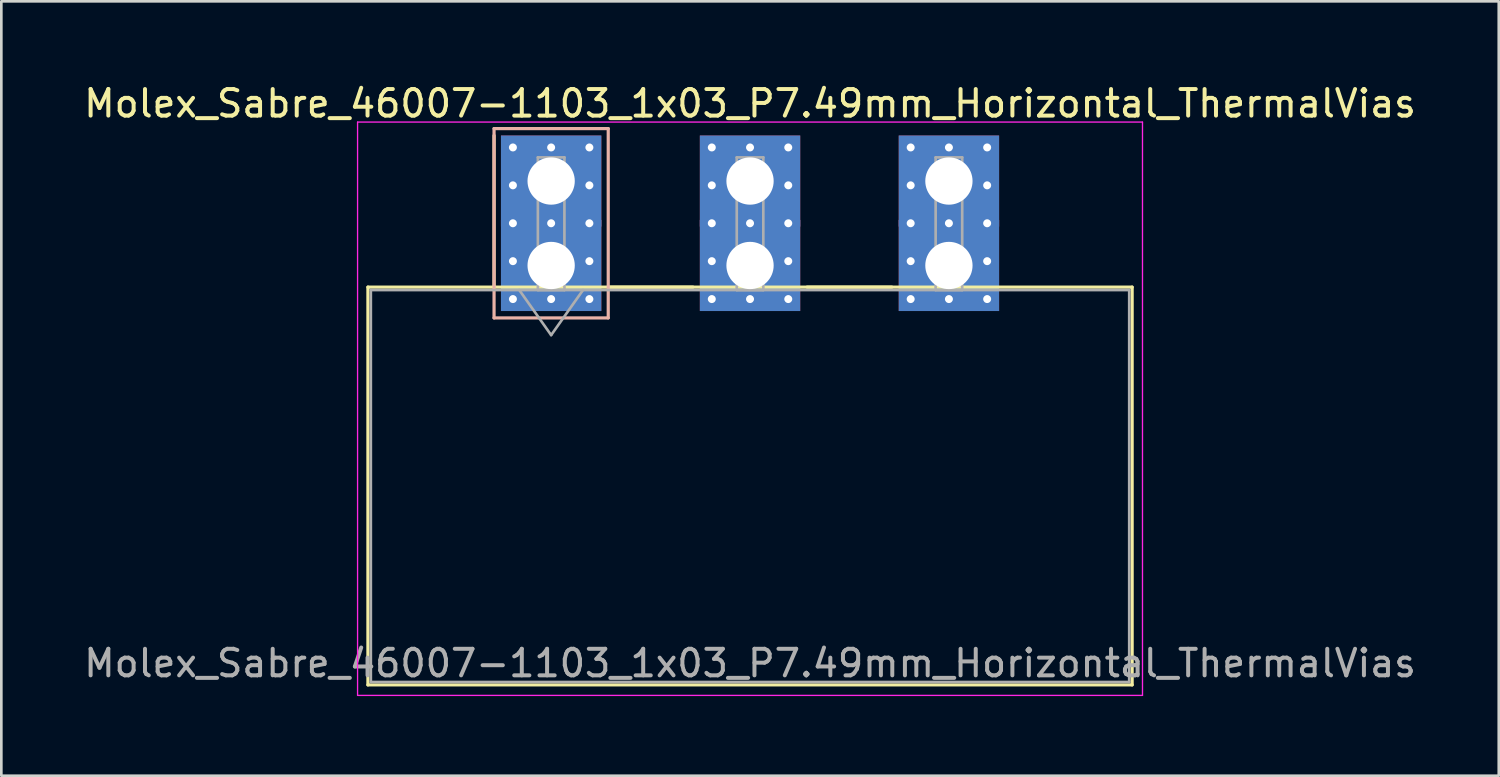
<source format=kicad_pcb>
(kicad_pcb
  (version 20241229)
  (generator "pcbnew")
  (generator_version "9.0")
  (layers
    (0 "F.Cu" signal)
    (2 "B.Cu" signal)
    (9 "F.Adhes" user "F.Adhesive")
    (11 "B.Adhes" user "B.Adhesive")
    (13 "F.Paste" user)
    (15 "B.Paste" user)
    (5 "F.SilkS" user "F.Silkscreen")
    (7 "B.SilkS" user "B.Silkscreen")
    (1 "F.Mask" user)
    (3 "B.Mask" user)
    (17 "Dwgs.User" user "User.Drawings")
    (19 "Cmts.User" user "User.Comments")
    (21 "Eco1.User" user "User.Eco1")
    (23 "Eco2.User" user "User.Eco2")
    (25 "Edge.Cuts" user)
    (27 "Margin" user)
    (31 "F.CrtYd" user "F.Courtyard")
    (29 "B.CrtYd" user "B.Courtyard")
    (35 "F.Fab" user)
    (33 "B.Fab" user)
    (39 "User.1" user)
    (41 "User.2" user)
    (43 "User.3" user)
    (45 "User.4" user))
  (footprint "Molex_Sabre_46007-1103_1x03_P7.49mm_Horizontal_ThermalVias"
    (layer "F.Cu")
    (at 17.706 6.948)
    (property "Reference" "Molex_Sabre_46007-1103_1x03_P7.49mm_Horizontal_ThermalVias" (at 7.49 -6.1 0) (layer "F.SilkS") (effects (font (size 1 1) (thickness 0.15))))
    (attr through_hole)
    (fp_line (start -6.9 0.815) (end -6.9 15.795) (stroke (width 0.12) (type solid)) (layer "F.SilkS"))
    (fp_line (start -6.9 15.795) (end 21.88 15.795) (stroke (width 0.12) (type solid)) (layer "F.SilkS"))
    (fp_line (start -2.15 0.815) (end -2.15 -4.895) (stroke (width 0.12) (type solid)) (layer "F.SilkS"))
    (fp_line (start 2.15 0.815) (end 5.34 0.815) (stroke (width 0.12) (type solid)) (layer "F.SilkS"))
    (fp_line (start 9.64 0.815) (end 12.83 0.815) (stroke (width 0.12) (type solid)) (layer "F.SilkS"))
    (fp_line (start 21.88 0.815) (end -6.9 0.815) (stroke (width 0.12) (type solid)) (layer "F.SilkS"))
    (fp_line (start 21.88 15.795) (end 21.88 0.815) (stroke (width 0.12) (type solid)) (layer "F.SilkS"))
    (fp_line (start -2.15 -5.155) (end -2.15 1.975) (stroke (width 0.12) (type solid)) (layer "B.SilkS"))
    (fp_line (start -2.15 1.975) (end 2.15 1.975) (stroke (width 0.12) (type solid)) (layer "B.SilkS"))
    (fp_line (start 2.15 -5.155) (end -2.15 -5.155) (stroke (width 0.12) (type solid)) (layer "B.SilkS"))
    (fp_line (start 2.15 1.975) (end 2.15 -5.155) (stroke (width 0.12) (type solid)) (layer "B.SilkS"))
    (fp_line (start -7.29 -5.4) (end -7.29 16.19) (stroke (width 0.05) (type solid)) (layer "F.CrtYd"))
    (fp_line (start -7.29 16.19) (end 22.27 16.19) (stroke (width 0.05) (type solid)) (layer "F.CrtYd"))
    (fp_line (start 22.27 -5.4) (end -7.29 -5.4) (stroke (width 0.05) (type solid)) (layer "F.CrtYd"))
    (fp_line (start 22.27 16.19) (end 22.27 -5.4) (stroke (width 0.05) (type solid)) (layer "F.CrtYd"))
    (fp_line (start -6.79 0.925) (end -6.79 15.685) (stroke (width 0.1) (type solid)) (layer "F.Fab"))
    (fp_line (start -6.79 15.685) (end 21.77 15.685) (stroke (width 0.1) (type solid)) (layer "F.Fab"))
    (fp_line (start -1.2 0.925) (end 0 2.622) (stroke (width 0.1) (type solid)) (layer "F.Fab"))
    (fp_line (start -0.5 -4.07) (end 0.5 -4.07) (stroke (width 0.1) (type solid)) (layer "F.Fab"))
    (fp_line (start -0.5 0.925) (end -0.5 -4.07) (stroke (width 0.1) (type solid)) (layer "F.Fab"))
    (fp_line (start 0 2.622) (end 1.2 0.925) (stroke (width 0.1) (type solid)) (layer "F.Fab"))
    (fp_line (start 0.5 -4.07) (end 0.5 0.925) (stroke (width 0.1) (type solid)) (layer "F.Fab"))
    (fp_line (start 0.5 0.925) (end -0.5 0.925) (stroke (width 0.1) (type solid)) (layer "F.Fab"))
    (fp_line (start 6.99 -4.07) (end 7.99 -4.07) (stroke (width 0.1) (type solid)) (layer "F.Fab"))
    (fp_line (start 6.99 0.925) (end 6.99 -4.07) (stroke (width 0.1) (type solid)) (layer "F.Fab"))
    (fp_line (start 7.99 -4.07) (end 7.99 0.925) (stroke (width 0.1) (type solid)) (layer "F.Fab"))
    (fp_line (start 7.99 0.925) (end 6.99 0.925) (stroke (width 0.1) (type solid)) (layer "F.Fab"))
    (fp_line (start 14.48 -4.07) (end 15.48 -4.07) (stroke (width 0.1) (type solid)) (layer "F.Fab"))
    (fp_line (start 14.48 0.925) (end 14.48 -4.07) (stroke (width 0.1) (type solid)) (layer "F.Fab"))
    (fp_line (start 15.48 -4.07) (end 15.48 0.925) (stroke (width 0.1) (type solid)) (layer "F.Fab"))
    (fp_line (start 15.48 0.925) (end 14.48 0.925) (stroke (width 0.1) (type solid)) (layer "F.Fab"))
    (fp_line (start 21.77 0.925) (end -6.79 0.925) (stroke (width 0.1) (type solid)) (layer "F.Fab"))
    (fp_line (start 21.77 15.685) (end 21.77 0.925) (stroke (width 0.1) (type solid)) (layer "F.Fab"))
    (fp_text user "${REFERENCE}" (at 7.49 14.98 0) (layer "F.Fab") (effects (font (size 1 1) (thickness 0.15))))
    (pad "1" thru_hole rect (at -1.44 -4.445) (size 0.6 0.6) (drill 0.3) (layers "*.Cu" "*.Mask"))
    (pad "1" thru_hole rect (at -1.44 -3.018) (size 0.6 0.6) (drill 0.3) (layers "*.Cu" "*.Mask"))
    (pad "1" thru_hole rect (at -1.44 -1.59) (size 0.6 0.6) (drill 0.3) (layers "*.Cu" "*.Mask"))
    (pad "1" thru_hole rect (at -1.44 -0.163) (size 0.6 0.6) (drill 0.3) (layers "*.Cu" "*.Mask"))
    (pad "1" thru_hole rect (at -1.44 1.265) (size 0.6 0.6) (drill 0.3) (layers "*.Cu" "*.Mask"))
    (pad "1" thru_hole rect (at 0 -4.445) (size 0.6 0.6) (drill 0.3) (layers "*.Cu" "*.Mask"))
    (pad "1" thru_hole rect (at 0 -3.18) (size 3.78 3.43) (drill 1.78) (layers "*.Cu" "*.Mask"))
    (pad "1" thru_hole rect (at 0 -1.59) (size 0.6 0.6) (drill 0.3) (layers "*.Cu" "*.Mask"))
    (pad "1" thru_hole rect (at 0 0) (size 3.78 3.43) (drill 1.78) (layers "*.Cu" "*.Mask"))
    (pad "1" thru_hole rect (at 0 1.265) (size 0.6 0.6) (drill 0.3) (layers "*.Cu" "*.Mask"))
    (pad "1" thru_hole rect (at 1.44 -4.445) (size 0.6 0.6) (drill 0.3) (layers "*.Cu" "*.Mask"))
    (pad "1" thru_hole rect (at 1.44 -3.018) (size 0.6 0.6) (drill 0.3) (layers "*.Cu" "*.Mask"))
    (pad "1" thru_hole rect (at 1.44 -1.59) (size 0.6 0.6) (drill 0.3) (layers "*.Cu" "*.Mask"))
    (pad "1" thru_hole rect (at 1.44 -0.163) (size 0.6 0.6) (drill 0.3) (layers "*.Cu" "*.Mask"))
    (pad "1" thru_hole rect (at 1.44 1.265) (size 0.6 0.6) (drill 0.3) (layers "*.Cu" "*.Mask"))
    (pad "2" thru_hole circle (at 6.05 -4.445) (size 0.6 0.6) (drill 0.3) (layers "*.Cu" "*.Mask"))
    (pad "2" thru_hole circle (at 6.05 -3.018) (size 0.6 0.6) (drill 0.3) (layers "*.Cu" "*.Mask"))
    (pad "2" thru_hole circle (at 6.05 -1.59) (size 0.6 0.6) (drill 0.3) (layers "*.Cu" "*.Mask"))
    (pad "2" thru_hole circle (at 6.05 -0.163) (size 0.6 0.6) (drill 0.3) (layers "*.Cu" "*.Mask"))
    (pad "2" thru_hole circle (at 6.05 1.265) (size 0.6 0.6) (drill 0.3) (layers "*.Cu" "*.Mask"))
    (pad "2" thru_hole circle (at 7.49 -4.445) (size 0.6 0.6) (drill 0.3) (layers "*.Cu" "*.Mask"))
    (pad "2" thru_hole rect (at 7.49 -3.18) (size 3.78 3.43) (drill 1.78) (layers "*.Cu" "*.Mask"))
    (pad "2" thru_hole circle (at 7.49 -1.59) (size 0.6 0.6) (drill 0.3) (layers "*.Cu" "*.Mask"))
    (pad "2" thru_hole rect (at 7.49 0) (size 3.78 3.43) (drill 1.78) (layers "*.Cu" "*.Mask"))
    (pad "2" thru_hole circle (at 7.49 1.265) (size 0.6 0.6) (drill 0.3) (layers "*.Cu" "*.Mask"))
    (pad "2" thru_hole circle (at 8.93 -4.445) (size 0.6 0.6) (drill 0.3) (layers "*.Cu" "*.Mask"))
    (pad "2" thru_hole circle (at 8.93 -3.018) (size 0.6 0.6) (drill 0.3) (layers "*.Cu" "*.Mask"))
    (pad "2" thru_hole circle (at 8.93 -1.59) (size 0.6 0.6) (drill 0.3) (layers "*.Cu" "*.Mask"))
    (pad "2" thru_hole circle (at 8.93 -0.163) (size 0.6 0.6) (drill 0.3) (layers "*.Cu" "*.Mask"))
    (pad "2" thru_hole circle (at 8.93 1.265) (size 0.6 0.6) (drill 0.3) (layers "*.Cu" "*.Mask"))
    (pad "3" thru_hole circle (at 13.54 -4.445) (size 0.6 0.6) (drill 0.3) (layers "*.Cu" "*.Mask"))
    (pad "3" thru_hole circle (at 13.54 -3.018) (size 0.6 0.6) (drill 0.3) (layers "*.Cu" "*.Mask"))
    (pad "3" thru_hole circle (at 13.54 -1.59) (size 0.6 0.6) (drill 0.3) (layers "*.Cu" "*.Mask"))
    (pad "3" thru_hole circle (at 13.54 -0.163) (size 0.6 0.6) (drill 0.3) (layers "*.Cu" "*.Mask"))
    (pad "3" thru_hole circle (at 13.54 1.265) (size 0.6 0.6) (drill 0.3) (layers "*.Cu" "*.Mask"))
    (pad "3" thru_hole circle (at 14.98 -4.445) (size 0.6 0.6) (drill 0.3) (layers "*.Cu" "*.Mask"))
    (pad "3" thru_hole rect (at 14.98 -3.18) (size 3.78 3.43) (drill 1.78) (layers "*.Cu" "*.Mask"))
    (pad "3" thru_hole circle (at 14.98 -1.59) (size 0.6 0.6) (drill 0.3) (layers "*.Cu" "*.Mask"))
    (pad "3" thru_hole rect (at 14.98 0) (size 3.78 3.43) (drill 1.78) (layers "*.Cu" "*.Mask"))
    (pad "3" thru_hole circle (at 14.98 1.265) (size 0.6 0.6) (drill 0.3) (layers "*.Cu" "*.Mask"))
    (pad "3" thru_hole circle (at 16.42 -4.445) (size 0.6 0.6) (drill 0.3) (layers "*.Cu" "*.Mask"))
    (pad "3" thru_hole circle (at 16.42 -3.018) (size 0.6 0.6) (drill 0.3) (layers "*.Cu" "*.Mask"))
    (pad "3" thru_hole circle (at 16.42 -1.59) (size 0.6 0.6) (drill 0.3) (layers "*.Cu" "*.Mask"))
    (pad "3" thru_hole circle (at 16.42 -0.163) (size 0.6 0.6) (drill 0.3) (layers "*.Cu" "*.Mask"))
    (pad "3" thru_hole circle (at 16.42 1.265) (size 0.6 0.6) (drill 0.3) (layers "*.Cu" "*.Mask")))
  (gr_rect
    (start -3 -3)
    (end 53.393 26.163)
    (stroke (width 0.1) (type default))
    (fill no)
    (layer "Edge.Cuts")))
</source>
